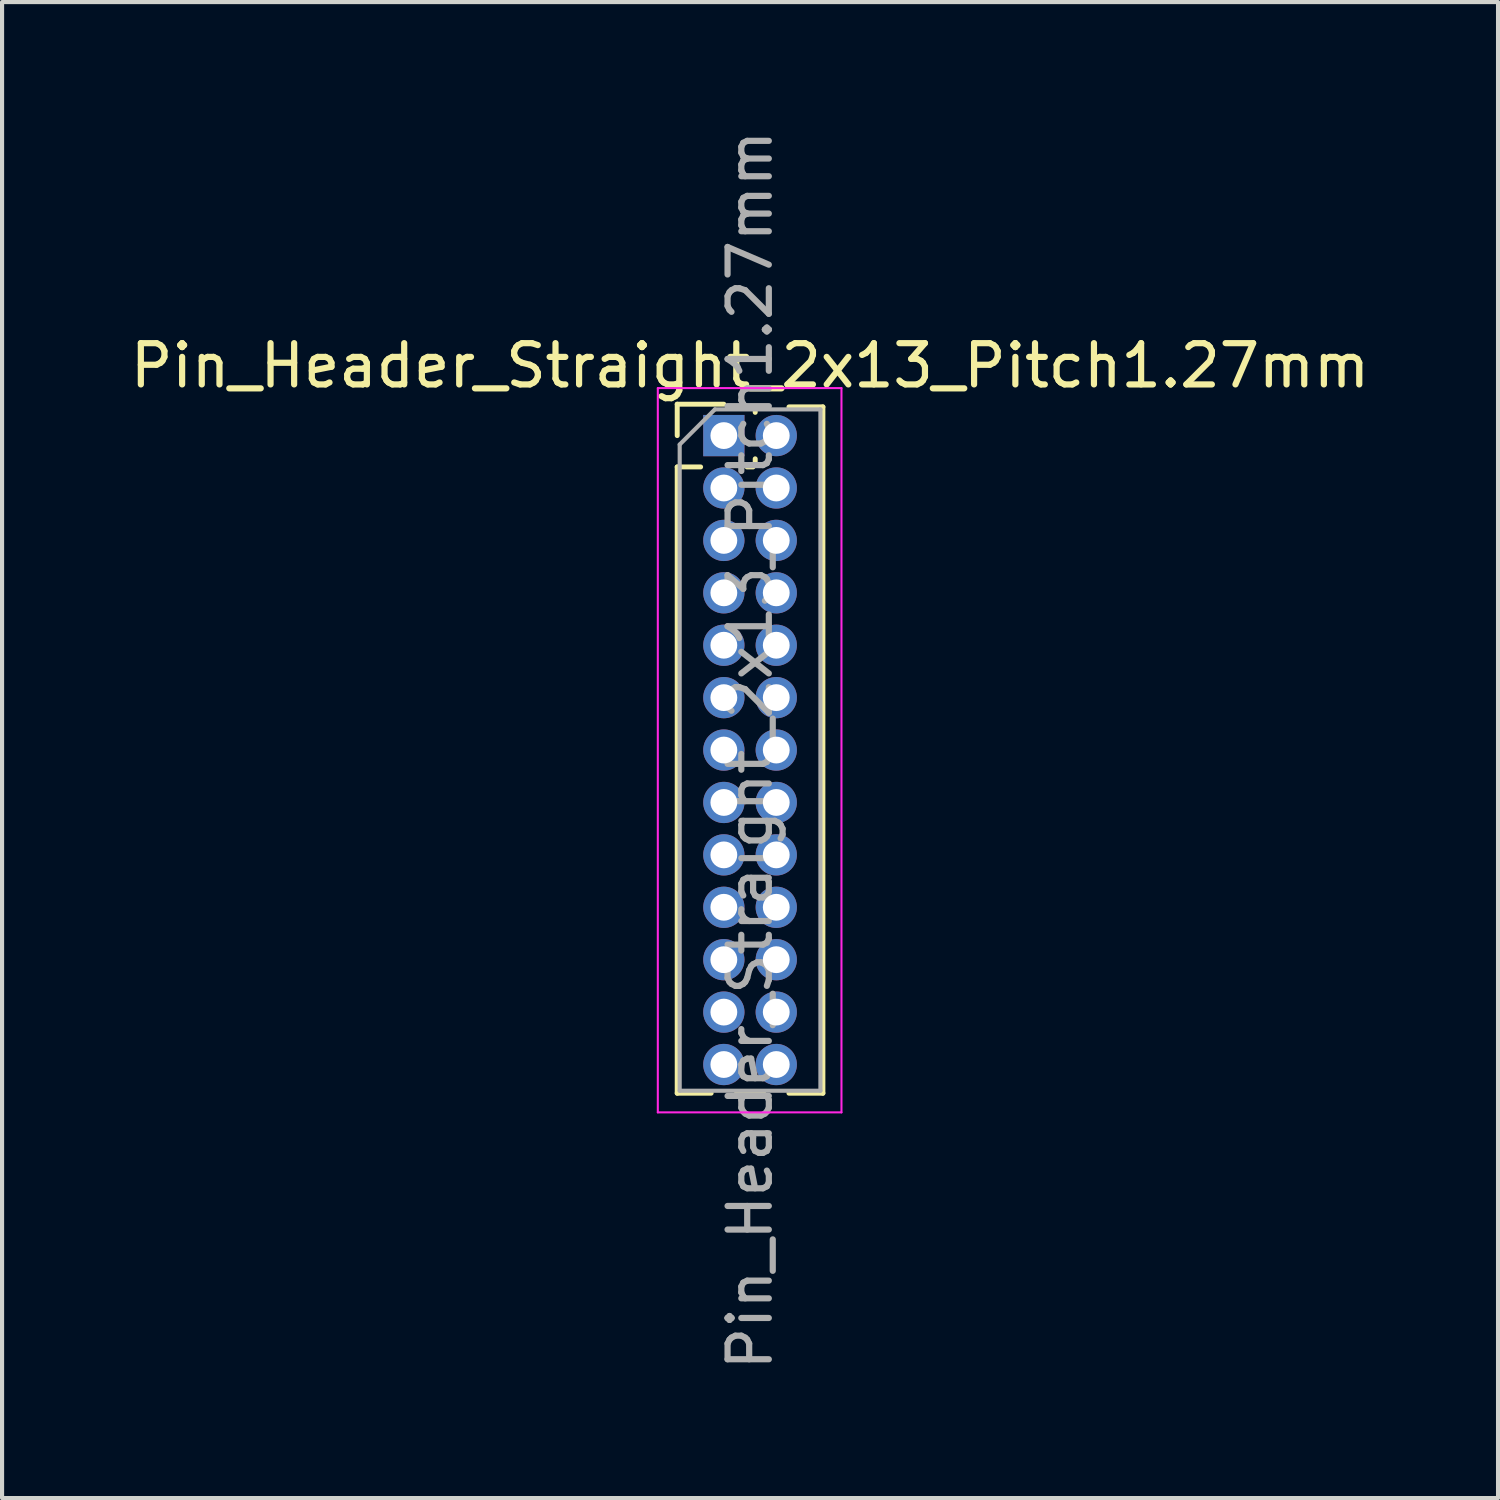
<source format=kicad_pcb>
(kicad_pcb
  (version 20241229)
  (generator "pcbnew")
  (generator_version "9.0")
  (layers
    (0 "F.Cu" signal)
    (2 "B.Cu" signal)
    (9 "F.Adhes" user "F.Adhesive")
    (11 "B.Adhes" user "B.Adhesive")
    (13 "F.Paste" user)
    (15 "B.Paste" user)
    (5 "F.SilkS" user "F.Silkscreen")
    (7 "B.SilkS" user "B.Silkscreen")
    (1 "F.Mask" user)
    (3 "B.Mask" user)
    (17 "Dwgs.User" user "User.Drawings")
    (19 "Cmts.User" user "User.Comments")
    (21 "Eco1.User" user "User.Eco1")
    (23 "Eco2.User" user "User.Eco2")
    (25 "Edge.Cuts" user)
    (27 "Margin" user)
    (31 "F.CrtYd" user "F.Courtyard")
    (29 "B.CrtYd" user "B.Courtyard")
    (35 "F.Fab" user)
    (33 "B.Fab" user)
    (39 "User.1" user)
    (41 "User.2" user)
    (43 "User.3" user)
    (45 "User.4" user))
  (footprint "Pin_Header_Straight_2x13_Pitch1.27mm"
    (layer "F.Cu")
    (at 14.49 7.505)
    (property "Reference" "Pin_Header_Straight_2x13_Pitch1.27mm" (at 0.635 -1.695 0) (layer "F.SilkS") (effects (font (size 1 1) (thickness 0.15))))
    (attr through_hole)
    (fp_line (start -1.13 -0.76) (end 0 -0.76) (stroke (width 0.12) (type solid)) (layer "F.SilkS"))
    (fp_line (start -1.13 0) (end -1.13 -0.76) (stroke (width 0.12) (type solid)) (layer "F.SilkS"))
    (fp_line (start -1.13 0.76) (end -1.13 15.935) (stroke (width 0.12) (type solid)) (layer "F.SilkS"))
    (fp_line (start -1.13 0.76) (end -0.563 0.76) (stroke (width 0.12) (type solid)) (layer "F.SilkS"))
    (fp_line (start -1.13 15.935) (end -0.308 15.935) (stroke (width 0.12) (type solid)) (layer "F.SilkS"))
    (fp_line (start 0.308 15.935) (end 0.962 15.935) (stroke (width 0.12) (type solid)) (layer "F.SilkS"))
    (fp_line (start 0.563 0.76) (end 0.707 0.76) (stroke (width 0.12) (type solid)) (layer "F.SilkS"))
    (fp_line (start 0.76 -0.695) (end 0.962 -0.695) (stroke (width 0.12) (type solid)) (layer "F.SilkS"))
    (fp_line (start 0.76 -0.563) (end 0.76 -0.695) (stroke (width 0.12) (type solid)) (layer "F.SilkS"))
    (fp_line (start 0.76 0.707) (end 0.76 0.563) (stroke (width 0.12) (type solid)) (layer "F.SilkS"))
    (fp_line (start 1.578 -0.695) (end 2.4 -0.695) (stroke (width 0.12) (type solid)) (layer "F.SilkS"))
    (fp_line (start 1.578 15.935) (end 2.4 15.935) (stroke (width 0.12) (type solid)) (layer "F.SilkS"))
    (fp_line (start 2.4 -0.695) (end 2.4 15.935) (stroke (width 0.12) (type solid)) (layer "F.SilkS"))
    (fp_line (start -1.6 -1.15) (end -1.6 16.4) (stroke (width 0.05) (type solid)) (layer "F.CrtYd"))
    (fp_line (start -1.6 16.4) (end 2.85 16.4) (stroke (width 0.05) (type solid)) (layer "F.CrtYd"))
    (fp_line (start 2.85 -1.15) (end -1.6 -1.15) (stroke (width 0.05) (type solid)) (layer "F.CrtYd"))
    (fp_line (start 2.85 16.4) (end 2.85 -1.15) (stroke (width 0.05) (type solid)) (layer "F.CrtYd"))
    (fp_line (start -1.07 0.217) (end -0.217 -0.635) (stroke (width 0.1) (type solid)) (layer "F.Fab"))
    (fp_line (start -1.07 15.875) (end -1.07 0.217) (stroke (width 0.1) (type solid)) (layer "F.Fab"))
    (fp_line (start -0.217 -0.635) (end 2.34 -0.635) (stroke (width 0.1) (type solid)) (layer "F.Fab"))
    (fp_line (start 2.34 -0.635) (end 2.34 15.875) (stroke (width 0.1) (type solid)) (layer "F.Fab"))
    (fp_line (start 2.34 15.875) (end -1.07 15.875) (stroke (width 0.1) (type solid)) (layer "F.Fab"))
    (fp_text user "${REFERENCE}" (at 0.635 7.62 90) (layer "F.Fab") (effects (font (size 1 1) (thickness 0.15))))
    (pad "1" thru_hole rect (at 0 0) (size 1 1) (drill 0.65) (layers "*.Cu" "*.Mask"))
    (pad "2" thru_hole oval (at 1.27 0) (size 1 1) (drill 0.65) (layers "*.Cu" "*.Mask"))
    (pad "3" thru_hole oval (at 0 1.27) (size 1 1) (drill 0.65) (layers "*.Cu" "*.Mask"))
    (pad "4" thru_hole oval (at 1.27 1.27) (size 1 1) (drill 0.65) (layers "*.Cu" "*.Mask"))
    (pad "5" thru_hole oval (at 0 2.54) (size 1 1) (drill 0.65) (layers "*.Cu" "*.Mask"))
    (pad "6" thru_hole oval (at 1.27 2.54) (size 1 1) (drill 0.65) (layers "*.Cu" "*.Mask"))
    (pad "7" thru_hole oval (at 0 3.81) (size 1 1) (drill 0.65) (layers "*.Cu" "*.Mask"))
    (pad "8" thru_hole oval (at 1.27 3.81) (size 1 1) (drill 0.65) (layers "*.Cu" "*.Mask"))
    (pad "9" thru_hole oval (at 0 5.08) (size 1 1) (drill 0.65) (layers "*.Cu" "*.Mask"))
    (pad "10" thru_hole oval (at 1.27 5.08) (size 1 1) (drill 0.65) (layers "*.Cu" "*.Mask"))
    (pad "11" thru_hole oval (at 0 6.35) (size 1 1) (drill 0.65) (layers "*.Cu" "*.Mask"))
    (pad "12" thru_hole oval (at 1.27 6.35) (size 1 1) (drill 0.65) (layers "*.Cu" "*.Mask"))
    (pad "13" thru_hole oval (at 0 7.62) (size 1 1) (drill 0.65) (layers "*.Cu" "*.Mask"))
    (pad "14" thru_hole oval (at 1.27 7.62) (size 1 1) (drill 0.65) (layers "*.Cu" "*.Mask"))
    (pad "15" thru_hole oval (at 0 8.89) (size 1 1) (drill 0.65) (layers "*.Cu" "*.Mask"))
    (pad "16" thru_hole oval (at 1.27 8.89) (size 1 1) (drill 0.65) (layers "*.Cu" "*.Mask"))
    (pad "17" thru_hole oval (at 0 10.16) (size 1 1) (drill 0.65) (layers "*.Cu" "*.Mask"))
    (pad "18" thru_hole oval (at 1.27 10.16) (size 1 1) (drill 0.65) (layers "*.Cu" "*.Mask"))
    (pad "19" thru_hole oval (at 0 11.43) (size 1 1) (drill 0.65) (layers "*.Cu" "*.Mask"))
    (pad "20" thru_hole oval (at 1.27 11.43) (size 1 1) (drill 0.65) (layers "*.Cu" "*.Mask"))
    (pad "21" thru_hole oval (at 0 12.7) (size 1 1) (drill 0.65) (layers "*.Cu" "*.Mask"))
    (pad "22" thru_hole oval (at 1.27 12.7) (size 1 1) (drill 0.65) (layers "*.Cu" "*.Mask"))
    (pad "23" thru_hole oval (at 0 13.97) (size 1 1) (drill 0.65) (layers "*.Cu" "*.Mask"))
    (pad "24" thru_hole oval (at 1.27 13.97) (size 1 1) (drill 0.65) (layers "*.Cu" "*.Mask"))
    (pad "25" thru_hole oval (at 0 15.24) (size 1 1) (drill 0.65) (layers "*.Cu" "*.Mask"))
    (pad "26" thru_hole oval (at 1.27 15.24) (size 1 1) (drill 0.65) (layers "*.Cu" "*.Mask")))
  (gr_rect
    (start -3 -3)
    (end 33.25 33.25)
    (stroke (width 0.1) (type default))
    (fill no)
    (layer "Edge.Cuts")))
</source>
